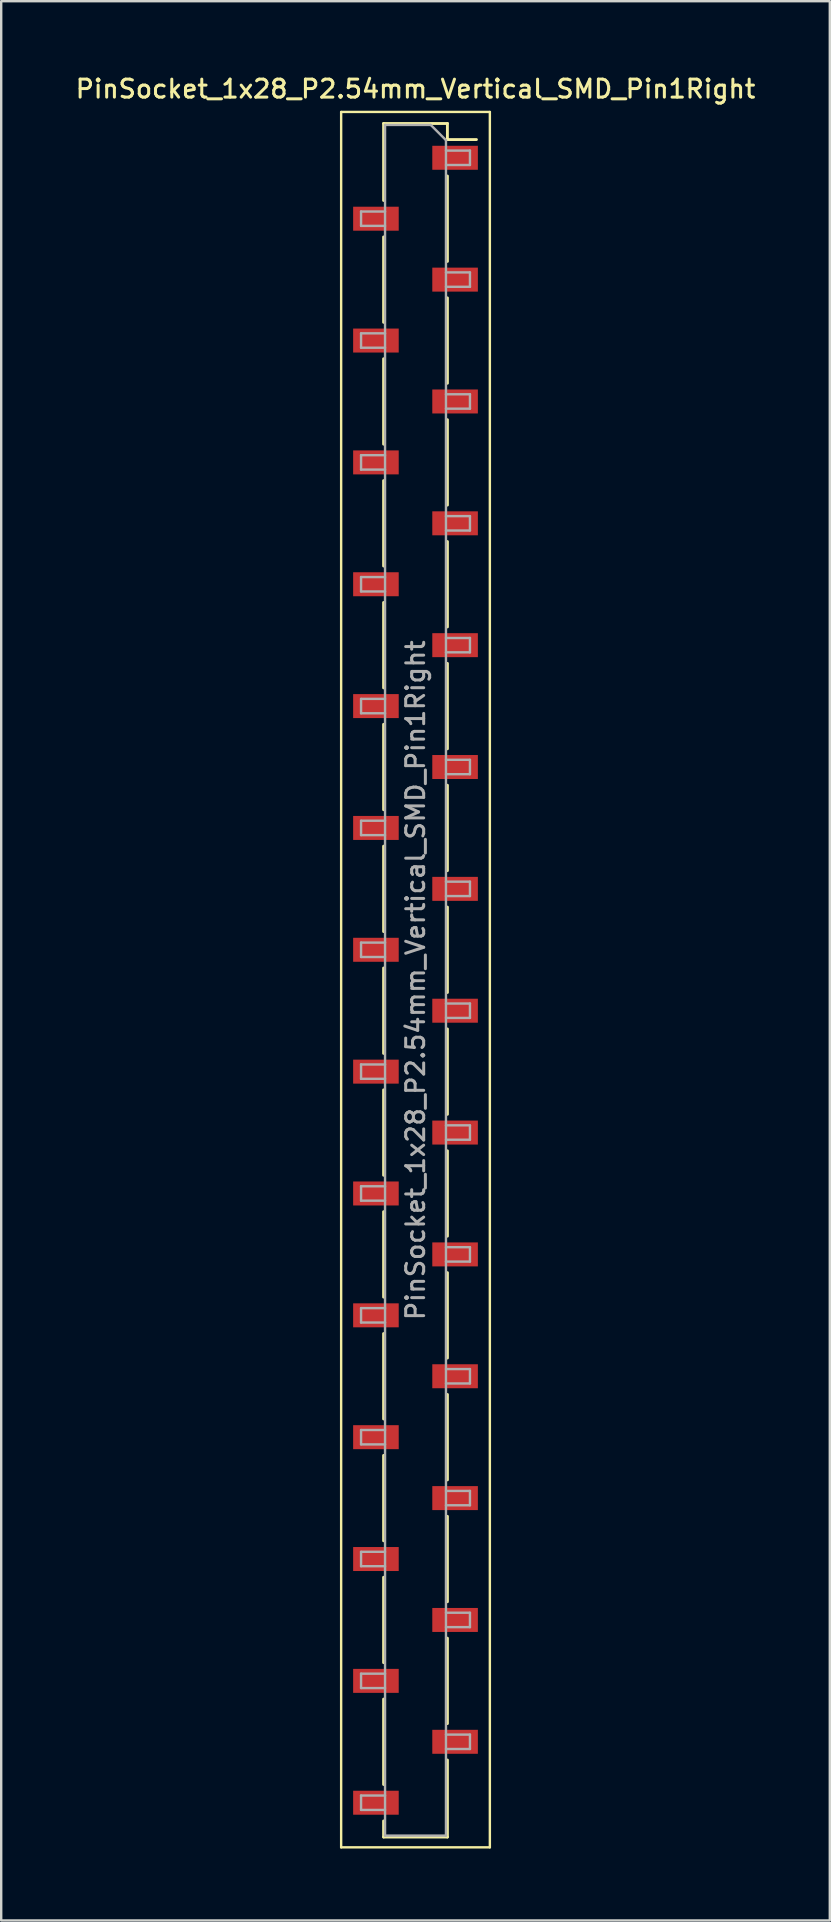
<source format=kicad_pcb>
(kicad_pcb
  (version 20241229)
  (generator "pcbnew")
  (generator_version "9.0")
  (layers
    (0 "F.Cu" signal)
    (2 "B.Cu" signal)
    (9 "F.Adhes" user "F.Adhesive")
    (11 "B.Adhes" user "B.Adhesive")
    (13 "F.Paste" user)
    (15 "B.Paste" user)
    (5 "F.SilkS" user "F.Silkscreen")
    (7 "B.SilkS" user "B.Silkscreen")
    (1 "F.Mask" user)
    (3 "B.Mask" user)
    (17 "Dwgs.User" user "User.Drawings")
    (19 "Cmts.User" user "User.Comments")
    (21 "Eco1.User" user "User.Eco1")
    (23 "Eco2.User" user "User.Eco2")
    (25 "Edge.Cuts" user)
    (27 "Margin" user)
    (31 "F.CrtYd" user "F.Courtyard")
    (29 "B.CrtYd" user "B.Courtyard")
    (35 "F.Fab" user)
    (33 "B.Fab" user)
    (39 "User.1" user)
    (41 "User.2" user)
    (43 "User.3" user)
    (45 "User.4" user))
  (footprint "PinSocket_1x28_P2.54mm_Vertical_SMD_Pin1Right"
    (layer "F.Cu")
    (at 14.273 37.818)
    (property "Reference" "PinSocket_1x28_P2.54mm_Vertical_SMD_Pin1Right" (at 0 -37.16 0) (layer "F.SilkS") (effects (font (size 0.75 0.75) (thickness 0.125))))
    (attr smd)
    (fp_line (start -3.1 -36.2) (end 3.1 -36.2) (stroke (width 0.1) (type solid)) (layer "F.SilkS"))
    (fp_line (start -3.1 36.15) (end -3.1 -36.2) (stroke (width 0.1) (type solid)) (layer "F.SilkS"))
    (fp_line (start -1.33 -35.72) (end -1.33 -32.51) (stroke (width 0.12) (type solid)) (layer "F.SilkS"))
    (fp_line (start -1.33 -35.72) (end 1.33 -35.72) (stroke (width 0.12) (type solid)) (layer "F.SilkS"))
    (fp_line (start -1.33 -30.99) (end -1.33 -27.43) (stroke (width 0.12) (type solid)) (layer "F.SilkS"))
    (fp_line (start -1.33 -25.91) (end -1.33 -22.35) (stroke (width 0.12) (type solid)) (layer "F.SilkS"))
    (fp_line (start -1.33 -20.83) (end -1.33 -17.27) (stroke (width 0.12) (type solid)) (layer "F.SilkS"))
    (fp_line (start -1.33 -15.75) (end -1.33 -12.19) (stroke (width 0.12) (type solid)) (layer "F.SilkS"))
    (fp_line (start -1.33 -10.67) (end -1.33 -7.11) (stroke (width 0.12) (type solid)) (layer "F.SilkS"))
    (fp_line (start -1.33 -5.59) (end -1.33 -2.03) (stroke (width 0.12) (type solid)) (layer "F.SilkS"))
    (fp_line (start -1.33 -0.51) (end -1.33 3.05) (stroke (width 0.12) (type solid)) (layer "F.SilkS"))
    (fp_line (start -1.33 4.57) (end -1.33 8.13) (stroke (width 0.12) (type solid)) (layer "F.SilkS"))
    (fp_line (start -1.33 9.65) (end -1.33 13.21) (stroke (width 0.12) (type solid)) (layer "F.SilkS"))
    (fp_line (start -1.33 14.73) (end -1.33 18.29) (stroke (width 0.12) (type solid)) (layer "F.SilkS"))
    (fp_line (start -1.33 19.81) (end -1.33 23.37) (stroke (width 0.12) (type solid)) (layer "F.SilkS"))
    (fp_line (start -1.33 24.89) (end -1.33 28.45) (stroke (width 0.12) (type solid)) (layer "F.SilkS"))
    (fp_line (start -1.33 29.97) (end -1.33 33.53) (stroke (width 0.12) (type solid)) (layer "F.SilkS"))
    (fp_line (start -1.33 35.05) (end -1.33 35.72) (stroke (width 0.12) (type solid)) (layer "F.SilkS"))
    (fp_line (start -1.33 35.72) (end 1.33 35.72) (stroke (width 0.12) (type solid)) (layer "F.SilkS"))
    (fp_line (start 1.33 -35.72) (end 1.33 -35.05) (stroke (width 0.12) (type solid)) (layer "F.SilkS"))
    (fp_line (start 1.33 -35.05) (end 2.54 -35.05) (stroke (width 0.12) (type solid)) (layer "F.SilkS"))
    (fp_line (start 1.33 -33.53) (end 1.33 -29.97) (stroke (width 0.12) (type solid)) (layer "F.SilkS"))
    (fp_line (start 1.33 -28.45) (end 1.33 -24.89) (stroke (width 0.12) (type solid)) (layer "F.SilkS"))
    (fp_line (start 1.33 -23.37) (end 1.33 -19.81) (stroke (width 0.12) (type solid)) (layer "F.SilkS"))
    (fp_line (start 1.33 -18.29) (end 1.33 -14.73) (stroke (width 0.12) (type solid)) (layer "F.SilkS"))
    (fp_line (start 1.33 -13.21) (end 1.33 -9.65) (stroke (width 0.12) (type solid)) (layer "F.SilkS"))
    (fp_line (start 1.33 -8.13) (end 1.33 -4.57) (stroke (width 0.12) (type solid)) (layer "F.SilkS"))
    (fp_line (start 1.33 -3.05) (end 1.33 0.51) (stroke (width 0.12) (type solid)) (layer "F.SilkS"))
    (fp_line (start 1.33 2.03) (end 1.33 5.59) (stroke (width 0.12) (type solid)) (layer "F.SilkS"))
    (fp_line (start 1.33 7.11) (end 1.33 10.67) (stroke (width 0.12) (type solid)) (layer "F.SilkS"))
    (fp_line (start 1.33 12.19) (end 1.33 15.75) (stroke (width 0.12) (type solid)) (layer "F.SilkS"))
    (fp_line (start 1.33 17.27) (end 1.33 20.83) (stroke (width 0.12) (type solid)) (layer "F.SilkS"))
    (fp_line (start 1.33 22.35) (end 1.33 25.91) (stroke (width 0.12) (type solid)) (layer "F.SilkS"))
    (fp_line (start 1.33 27.43) (end 1.33 30.99) (stroke (width 0.12) (type solid)) (layer "F.SilkS"))
    (fp_line (start 1.33 32.51) (end 1.33 35.72) (stroke (width 0.12) (type solid)) (layer "F.SilkS"))
    (fp_line (start 3.1 -36.2) (end 3.1 36.15) (stroke (width 0.1) (type solid)) (layer "F.SilkS"))
    (fp_line (start 3.1 36.15) (end -3.1 36.15) (stroke (width 0.1) (type solid)) (layer "F.SilkS"))
    (fp_line (start -2.27 -32.05) (end -1.27 -32.05) (stroke (width 0.1) (type solid)) (layer "F.Fab"))
    (fp_line (start -2.27 -31.45) (end -2.27 -32.05) (stroke (width 0.1) (type solid)) (layer "F.Fab"))
    (fp_line (start -2.27 -26.97) (end -1.27 -26.97) (stroke (width 0.1) (type solid)) (layer "F.Fab"))
    (fp_line (start -2.27 -26.37) (end -2.27 -26.97) (stroke (width 0.1) (type solid)) (layer "F.Fab"))
    (fp_line (start -2.27 -21.89) (end -1.27 -21.89) (stroke (width 0.1) (type solid)) (layer "F.Fab"))
    (fp_line (start -2.27 -21.29) (end -2.27 -21.89) (stroke (width 0.1) (type solid)) (layer "F.Fab"))
    (fp_line (start -2.27 -16.81) (end -1.27 -16.81) (stroke (width 0.1) (type solid)) (layer "F.Fab"))
    (fp_line (start -2.27 -16.21) (end -2.27 -16.81) (stroke (width 0.1) (type solid)) (layer "F.Fab"))
    (fp_line (start -2.27 -11.73) (end -1.27 -11.73) (stroke (width 0.1) (type solid)) (layer "F.Fab"))
    (fp_line (start -2.27 -11.13) (end -2.27 -11.73) (stroke (width 0.1) (type solid)) (layer "F.Fab"))
    (fp_line (start -2.27 -6.65) (end -1.27 -6.65) (stroke (width 0.1) (type solid)) (layer "F.Fab"))
    (fp_line (start -2.27 -6.05) (end -2.27 -6.65) (stroke (width 0.1) (type solid)) (layer "F.Fab"))
    (fp_line (start -2.27 -1.57) (end -1.27 -1.57) (stroke (width 0.1) (type solid)) (layer "F.Fab"))
    (fp_line (start -2.27 -0.97) (end -2.27 -1.57) (stroke (width 0.1) (type solid)) (layer "F.Fab"))
    (fp_line (start -2.27 3.51) (end -1.27 3.51) (stroke (width 0.1) (type solid)) (layer "F.Fab"))
    (fp_line (start -2.27 4.11) (end -2.27 3.51) (stroke (width 0.1) (type solid)) (layer "F.Fab"))
    (fp_line (start -2.27 8.59) (end -1.27 8.59) (stroke (width 0.1) (type solid)) (layer "F.Fab"))
    (fp_line (start -2.27 9.19) (end -2.27 8.59) (stroke (width 0.1) (type solid)) (layer "F.Fab"))
    (fp_line (start -2.27 13.67) (end -1.27 13.67) (stroke (width 0.1) (type solid)) (layer "F.Fab"))
    (fp_line (start -2.27 14.27) (end -2.27 13.67) (stroke (width 0.1) (type solid)) (layer "F.Fab"))
    (fp_line (start -2.27 18.75) (end -1.27 18.75) (stroke (width 0.1) (type solid)) (layer "F.Fab"))
    (fp_line (start -2.27 19.35) (end -2.27 18.75) (stroke (width 0.1) (type solid)) (layer "F.Fab"))
    (fp_line (start -2.27 23.83) (end -1.27 23.83) (stroke (width 0.1) (type solid)) (layer "F.Fab"))
    (fp_line (start -2.27 24.43) (end -2.27 23.83) (stroke (width 0.1) (type solid)) (layer "F.Fab"))
    (fp_line (start -2.27 28.91) (end -1.27 28.91) (stroke (width 0.1) (type solid)) (layer "F.Fab"))
    (fp_line (start -2.27 29.51) (end -2.27 28.91) (stroke (width 0.1) (type solid)) (layer "F.Fab"))
    (fp_line (start -2.27 33.99) (end -1.27 33.99) (stroke (width 0.1) (type solid)) (layer "F.Fab"))
    (fp_line (start -2.27 34.59) (end -2.27 33.99) (stroke (width 0.1) (type solid)) (layer "F.Fab"))
    (fp_line (start -1.27 -35.66) (end 0.635 -35.66) (stroke (width 0.1) (type solid)) (layer "F.Fab"))
    (fp_line (start -1.27 -31.45) (end -2.27 -31.45) (stroke (width 0.1) (type solid)) (layer "F.Fab"))
    (fp_line (start -1.27 -26.37) (end -2.27 -26.37) (stroke (width 0.1) (type solid)) (layer "F.Fab"))
    (fp_line (start -1.27 -21.29) (end -2.27 -21.29) (stroke (width 0.1) (type solid)) (layer "F.Fab"))
    (fp_line (start -1.27 -16.21) (end -2.27 -16.21) (stroke (width 0.1) (type solid)) (layer "F.Fab"))
    (fp_line (start -1.27 -11.13) (end -2.27 -11.13) (stroke (width 0.1) (type solid)) (layer "F.Fab"))
    (fp_line (start -1.27 -6.05) (end -2.27 -6.05) (stroke (width 0.1) (type solid)) (layer "F.Fab"))
    (fp_line (start -1.27 -0.97) (end -2.27 -0.97) (stroke (width 0.1) (type solid)) (layer "F.Fab"))
    (fp_line (start -1.27 4.11) (end -2.27 4.11) (stroke (width 0.1) (type solid)) (layer "F.Fab"))
    (fp_line (start -1.27 9.19) (end -2.27 9.19) (stroke (width 0.1) (type solid)) (layer "F.Fab"))
    (fp_line (start -1.27 14.27) (end -2.27 14.27) (stroke (width 0.1) (type solid)) (layer "F.Fab"))
    (fp_line (start -1.27 19.35) (end -2.27 19.35) (stroke (width 0.1) (type solid)) (layer "F.Fab"))
    (fp_line (start -1.27 24.43) (end -2.27 24.43) (stroke (width 0.1) (type solid)) (layer "F.Fab"))
    (fp_line (start -1.27 29.51) (end -2.27 29.51) (stroke (width 0.1) (type solid)) (layer "F.Fab"))
    (fp_line (start -1.27 34.59) (end -2.27 34.59) (stroke (width 0.1) (type solid)) (layer "F.Fab"))
    (fp_line (start -1.27 35.66) (end -1.27 -35.66) (stroke (width 0.1) (type solid)) (layer "F.Fab"))
    (fp_line (start 0.635 -35.66) (end 1.27 -35.025) (stroke (width 0.1) (type solid)) (layer "F.Fab"))
    (fp_line (start 1.27 -35.025) (end 1.27 35.66) (stroke (width 0.1) (type solid)) (layer "F.Fab"))
    (fp_line (start 1.27 -34.59) (end 2.27 -34.59) (stroke (width 0.1) (type solid)) (layer "F.Fab"))
    (fp_line (start 1.27 -29.51) (end 2.27 -29.51) (stroke (width 0.1) (type solid)) (layer "F.Fab"))
    (fp_line (start 1.27 -24.43) (end 2.27 -24.43) (stroke (width 0.1) (type solid)) (layer "F.Fab"))
    (fp_line (start 1.27 -19.35) (end 2.27 -19.35) (stroke (width 0.1) (type solid)) (layer "F.Fab"))
    (fp_line (start 1.27 -14.27) (end 2.27 -14.27) (stroke (width 0.1) (type solid)) (layer "F.Fab"))
    (fp_line (start 1.27 -9.19) (end 2.27 -9.19) (stroke (width 0.1) (type solid)) (layer "F.Fab"))
    (fp_line (start 1.27 -4.11) (end 2.27 -4.11) (stroke (width 0.1) (type solid)) (layer "F.Fab"))
    (fp_line (start 1.27 0.97) (end 2.27 0.97) (stroke (width 0.1) (type solid)) (layer "F.Fab"))
    (fp_line (start 1.27 6.05) (end 2.27 6.05) (stroke (width 0.1) (type solid)) (layer "F.Fab"))
    (fp_line (start 1.27 11.13) (end 2.27 11.13) (stroke (width 0.1) (type solid)) (layer "F.Fab"))
    (fp_line (start 1.27 16.21) (end 2.27 16.21) (stroke (width 0.1) (type solid)) (layer "F.Fab"))
    (fp_line (start 1.27 21.29) (end 2.27 21.29) (stroke (width 0.1) (type solid)) (layer "F.Fab"))
    (fp_line (start 1.27 26.37) (end 2.27 26.37) (stroke (width 0.1) (type solid)) (layer "F.Fab"))
    (fp_line (start 1.27 31.45) (end 2.27 31.45) (stroke (width 0.1) (type solid)) (layer "F.Fab"))
    (fp_line (start 1.27 35.66) (end -1.27 35.66) (stroke (width 0.1) (type solid)) (layer "F.Fab"))
    (fp_line (start 2.27 -34.59) (end 2.27 -33.99) (stroke (width 0.1) (type solid)) (layer "F.Fab"))
    (fp_line (start 2.27 -33.99) (end 1.27 -33.99) (stroke (width 0.1) (type solid)) (layer "F.Fab"))
    (fp_line (start 2.27 -29.51) (end 2.27 -28.91) (stroke (width 0.1) (type solid)) (layer "F.Fab"))
    (fp_line (start 2.27 -28.91) (end 1.27 -28.91) (stroke (width 0.1) (type solid)) (layer "F.Fab"))
    (fp_line (start 2.27 -24.43) (end 2.27 -23.83) (stroke (width 0.1) (type solid)) (layer "F.Fab"))
    (fp_line (start 2.27 -23.83) (end 1.27 -23.83) (stroke (width 0.1) (type solid)) (layer "F.Fab"))
    (fp_line (start 2.27 -19.35) (end 2.27 -18.75) (stroke (width 0.1) (type solid)) (layer "F.Fab"))
    (fp_line (start 2.27 -18.75) (end 1.27 -18.75) (stroke (width 0.1) (type solid)) (layer "F.Fab"))
    (fp_line (start 2.27 -14.27) (end 2.27 -13.67) (stroke (width 0.1) (type solid)) (layer "F.Fab"))
    (fp_line (start 2.27 -13.67) (end 1.27 -13.67) (stroke (width 0.1) (type solid)) (layer "F.Fab"))
    (fp_line (start 2.27 -9.19) (end 2.27 -8.59) (stroke (width 0.1) (type solid)) (layer "F.Fab"))
    (fp_line (start 2.27 -8.59) (end 1.27 -8.59) (stroke (width 0.1) (type solid)) (layer "F.Fab"))
    (fp_line (start 2.27 -4.11) (end 2.27 -3.51) (stroke (width 0.1) (type solid)) (layer "F.Fab"))
    (fp_line (start 2.27 -3.51) (end 1.27 -3.51) (stroke (width 0.1) (type solid)) (layer "F.Fab"))
    (fp_line (start 2.27 0.97) (end 2.27 1.57) (stroke (width 0.1) (type solid)) (layer "F.Fab"))
    (fp_line (start 2.27 1.57) (end 1.27 1.57) (stroke (width 0.1) (type solid)) (layer "F.Fab"))
    (fp_line (start 2.27 6.05) (end 2.27 6.65) (stroke (width 0.1) (type solid)) (layer "F.Fab"))
    (fp_line (start 2.27 6.65) (end 1.27 6.65) (stroke (width 0.1) (type solid)) (layer "F.Fab"))
    (fp_line (start 2.27 11.13) (end 2.27 11.73) (stroke (width 0.1) (type solid)) (layer "F.Fab"))
    (fp_line (start 2.27 11.73) (end 1.27 11.73) (stroke (width 0.1) (type solid)) (layer "F.Fab"))
    (fp_line (start 2.27 16.21) (end 2.27 16.81) (stroke (width 0.1) (type solid)) (layer "F.Fab"))
    (fp_line (start 2.27 16.81) (end 1.27 16.81) (stroke (width 0.1) (type solid)) (layer "F.Fab"))
    (fp_line (start 2.27 21.29) (end 2.27 21.89) (stroke (width 0.1) (type solid)) (layer "F.Fab"))
    (fp_line (start 2.27 21.89) (end 1.27 21.89) (stroke (width 0.1) (type solid)) (layer "F.Fab"))
    (fp_line (start 2.27 26.37) (end 2.27 26.97) (stroke (width 0.1) (type solid)) (layer "F.Fab"))
    (fp_line (start 2.27 26.97) (end 1.27 26.97) (stroke (width 0.1) (type solid)) (layer "F.Fab"))
    (fp_line (start 2.27 31.45) (end 2.27 32.05) (stroke (width 0.1) (type solid)) (layer "F.Fab"))
    (fp_line (start 2.27 32.05) (end 1.27 32.05) (stroke (width 0.1) (type solid)) (layer "F.Fab"))
    (fp_text user "${REFERENCE}" (at 0 0 90) (layer "F.Fab") (effects (font (size 0.75 0.75) (thickness 0.125))))
    (pad "1" smd rect (at 1.65 -34.29) (size 1.9 1) (layers "F.Cu" "F.Mask" "F.Paste"))
    (pad "2" smd rect (at -1.65 -31.75) (size 1.9 1) (layers "F.Cu" "F.Mask" "F.Paste"))
    (pad "3" smd rect (at 1.65 -29.21) (size 1.9 1) (layers "F.Cu" "F.Mask" "F.Paste"))
    (pad "4" smd rect (at -1.65 -26.67) (size 1.9 1) (layers "F.Cu" "F.Mask" "F.Paste"))
    (pad "5" smd rect (at 1.65 -24.13) (size 1.9 1) (layers "F.Cu" "F.Mask" "F.Paste"))
    (pad "6" smd rect (at -1.65 -21.59) (size 1.9 1) (layers "F.Cu" "F.Mask" "F.Paste"))
    (pad "7" smd rect (at 1.65 -19.05) (size 1.9 1) (layers "F.Cu" "F.Mask" "F.Paste"))
    (pad "8" smd rect (at -1.65 -16.51) (size 1.9 1) (layers "F.Cu" "F.Mask" "F.Paste"))
    (pad "9" smd rect (at 1.65 -13.97) (size 1.9 1) (layers "F.Cu" "F.Mask" "F.Paste"))
    (pad "10" smd rect (at -1.65 -11.43) (size 1.9 1) (layers "F.Cu" "F.Mask" "F.Paste"))
    (pad "11" smd rect (at 1.65 -8.89) (size 1.9 1) (layers "F.Cu" "F.Mask" "F.Paste"))
    (pad "12" smd rect (at -1.65 -6.35) (size 1.9 1) (layers "F.Cu" "F.Mask" "F.Paste"))
    (pad "13" smd rect (at 1.65 -3.81) (size 1.9 1) (layers "F.Cu" "F.Mask" "F.Paste"))
    (pad "14" smd rect (at -1.65 -1.27) (size 1.9 1) (layers "F.Cu" "F.Mask" "F.Paste"))
    (pad "15" smd rect (at 1.65 1.27) (size 1.9 1) (layers "F.Cu" "F.Mask" "F.Paste"))
    (pad "16" smd rect (at -1.65 3.81) (size 1.9 1) (layers "F.Cu" "F.Mask" "F.Paste"))
    (pad "17" smd rect (at 1.65 6.35) (size 1.9 1) (layers "F.Cu" "F.Mask" "F.Paste"))
    (pad "18" smd rect (at -1.65 8.89) (size 1.9 1) (layers "F.Cu" "F.Mask" "F.Paste"))
    (pad "19" smd rect (at 1.65 11.43) (size 1.9 1) (layers "F.Cu" "F.Mask" "F.Paste"))
    (pad "20" smd rect (at -1.65 13.97) (size 1.9 1) (layers "F.Cu" "F.Mask" "F.Paste"))
    (pad "21" smd rect (at 1.65 16.51) (size 1.9 1) (layers "F.Cu" "F.Mask" "F.Paste"))
    (pad "22" smd rect (at -1.65 19.05) (size 1.9 1) (layers "F.Cu" "F.Mask" "F.Paste"))
    (pad "23" smd rect (at 1.65 21.59) (size 1.9 1) (layers "F.Cu" "F.Mask" "F.Paste"))
    (pad "24" smd rect (at -1.65 24.13) (size 1.9 1) (layers "F.Cu" "F.Mask" "F.Paste"))
    (pad "25" smd rect (at 1.65 26.67) (size 1.9 1) (layers "F.Cu" "F.Mask" "F.Paste"))
    (pad "26" smd rect (at -1.65 29.21) (size 1.9 1) (layers "F.Cu" "F.Mask" "F.Paste"))
    (pad "27" smd rect (at 1.65 31.75) (size 1.9 1) (layers "F.Cu" "F.Mask" "F.Paste"))
    (pad "28" smd rect (at -1.65 34.29) (size 1.9 1) (layers "F.Cu" "F.Mask" "F.Paste")))
  (gr_rect
    (start -3 -3)
    (end 31.546 77.018)
    (stroke (width 0.1) (type default))
    (fill no)
    (layer "Edge.Cuts")))
</source>
